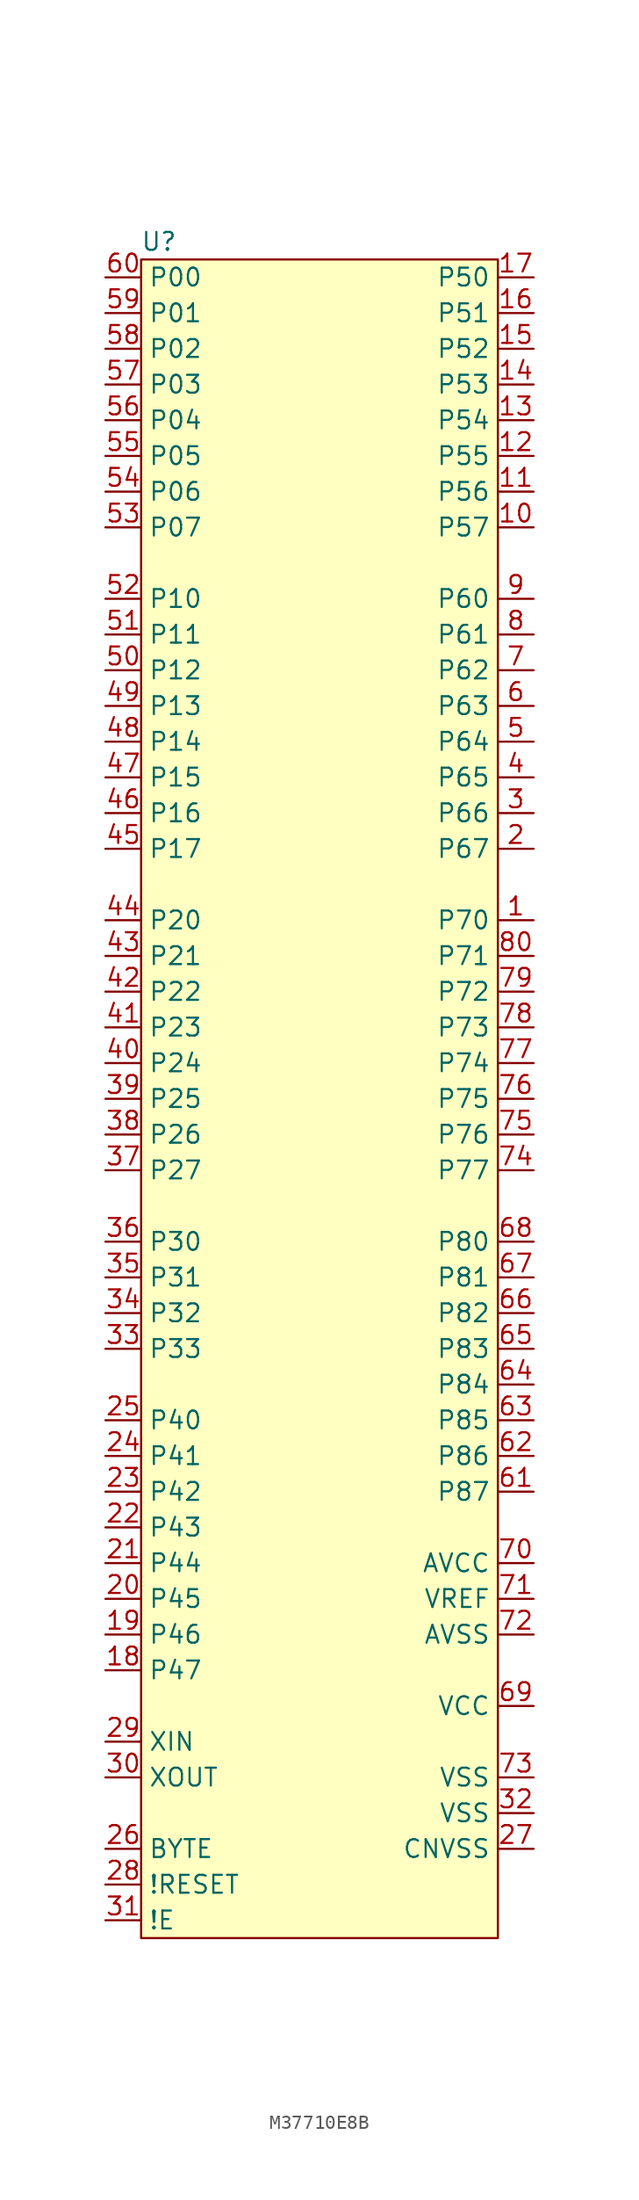
<source format=kicad_sym>
(kicad_symbol_lib
  (version 20220914)
  (generator kicad_symbol_editor)
  (symbol "M37710E8B"
    (property "Reference" "U"
      (at 1.27 2.54 0)
      (effects (font (size 1.27 1.27))))
    (property "Value" ""
      (at 8.89 -5.08 0)
      (effects (font (size 1.27 1.27))))
    (symbol "M37710E8B_1_0"
      (pin bidirectional line (at 27.94 -45.72 180) (length 2.54) (name "P70" (effects (font (size 1.27 1.27)))) (number "1" (effects (font (size 1.27 1.27)))))
      (pin bidirectional line (at 27.94 -17.78 180) (length 2.54) (name "P57" (effects (font (size 1.27 1.27)))) (number "10" (effects (font (size 1.27 1.27)))))
      (pin bidirectional line (at 27.94 -15.24 180) (length 2.54) (name "P56" (effects (font (size 1.27 1.27)))) (number "11" (effects (font (size 1.27 1.27)))))
      (pin bidirectional line (at 27.94 -12.7 180) (length 2.54) (name "P55" (effects (font (size 1.27 1.27)))) (number "12" (effects (font (size 1.27 1.27)))))
      (pin bidirectional line (at 27.94 -10.16 180) (length 2.54) (name "P54" (effects (font (size 1.27 1.27)))) (number "13" (effects (font (size 1.27 1.27)))))
      (pin bidirectional line (at 27.94 -7.62 180) (length 2.54) (name "P53" (effects (font (size 1.27 1.27)))) (number "14" (effects (font (size 1.27 1.27)))))
      (pin bidirectional line (at 27.94 -5.08 180) (length 2.54) (name "P52" (effects (font (size 1.27 1.27)))) (number "15" (effects (font (size 1.27 1.27)))))
      (pin bidirectional line (at 27.94 -2.54 180) (length 2.54) (name "P51" (effects (font (size 1.27 1.27)))) (number "16" (effects (font (size 1.27 1.27)))))
      (pin bidirectional line (at 27.94 0 180) (length 2.54) (name "P50" (effects (font (size 1.27 1.27)))) (number "17" (effects (font (size 1.27 1.27)))))
      (pin bidirectional line (at -2.54 -99.06 0) (length 2.54) (name "P47" (effects (font (size 1.27 1.27)))) (number "18" (effects (font (size 1.27 1.27)))))
      (pin bidirectional line (at -2.54 -96.52 0) (length 2.54) (name "P46" (effects (font (size 1.27 1.27)))) (number "19" (effects (font (size 1.27 1.27)))))
      (pin bidirectional line (at 27.94 -40.64 180) (length 2.54) (name "P67" (effects (font (size 1.27 1.27)))) (number "2" (effects (font (size 1.27 1.27)))))
      (pin bidirectional line (at -2.54 -93.98 0) (length 2.54) (name "P45" (effects (font (size 1.27 1.27)))) (number "20" (effects (font (size 1.27 1.27)))))
      (pin bidirectional line (at -2.54 -91.44 0) (length 2.54) (name "P44" (effects (font (size 1.27 1.27)))) (number "21" (effects (font (size 1.27 1.27)))))
      (pin bidirectional line (at -2.54 -88.9 0) (length 2.54) (name "P43" (effects (font (size 1.27 1.27)))) (number "22" (effects (font (size 1.27 1.27)))))
      (pin bidirectional line (at -2.54 -86.36 0) (length 2.54) (name "P42" (effects (font (size 1.27 1.27)))) (number "23" (effects (font (size 1.27 1.27)))))
      (pin bidirectional line (at -2.54 -83.82 0) (length 2.54) (name "P41" (effects (font (size 1.27 1.27)))) (number "24" (effects (font (size 1.27 1.27)))))
      (pin bidirectional line (at -2.54 -81.28 0) (length 2.54) (name "P40" (effects (font (size 1.27 1.27)))) (number "25" (effects (font (size 1.27 1.27)))))
      (pin bidirectional line (at -2.54 -111.76 0) (length 2.54) (name "BYTE" (effects (font (size 1.27 1.27)))) (number "26" (effects (font (size 1.27 1.27)))))
      (pin bidirectional line (at 27.94 -111.76 180) (length 2.54) (name "CNVSS" (effects (font (size 1.27 1.27)))) (number "27" (effects (font (size 1.27 1.27)))))
      (pin bidirectional line (at -2.54 -114.3 0) (length 2.54) (name "!RESET" (effects (font (size 1.27 1.27)))) (number "28" (effects (font (size 1.27 1.27)))))
      (pin bidirectional line (at -2.54 -104.14 0) (length 2.54) (name "XIN" (effects (font (size 1.27 1.27)))) (number "29" (effects (font (size 1.27 1.27)))))
      (pin bidirectional line (at 27.94 -38.1 180) (length 2.54) (name "P66" (effects (font (size 1.27 1.27)))) (number "3" (effects (font (size 1.27 1.27)))))
      (pin bidirectional line (at -2.54 -106.68 0) (length 2.54) (name "XOUT" (effects (font (size 1.27 1.27)))) (number "30" (effects (font (size 1.27 1.27)))))
      (pin bidirectional line (at -2.54 -116.84 0) (length 2.54) (name "!E" (effects (font (size 1.27 1.27)))) (number "31" (effects (font (size 1.27 1.27)))))
      (pin bidirectional line (at 27.94 -109.22 180) (length 2.54) (name "VSS" (effects (font (size 1.27 1.27)))) (number "32" (effects (font (size 1.27 1.27)))))
      (pin bidirectional line (at 27.94 -35.56 180) (length 2.54) (name "P65" (effects (font (size 1.27 1.27)))) (number "4" (effects (font (size 1.27 1.27)))))
      (pin bidirectional line (at 27.94 -33.02 180) (length 2.54) (name "P64" (effects (font (size 1.27 1.27)))) (number "5" (effects (font (size 1.27 1.27)))))
      (pin bidirectional line (at 27.94 -30.48 180) (length 2.54) (name "P63" (effects (font (size 1.27 1.27)))) (number "6" (effects (font (size 1.27 1.27)))))
      (pin bidirectional line (at 27.94 -86.36 180) (length 2.54) (name "P87" (effects (font (size 1.27 1.27)))) (number "61" (effects (font (size 1.27 1.27)))))
      (pin bidirectional line (at 27.94 -83.82 180) (length 2.54) (name "P86" (effects (font (size 1.27 1.27)))) (number "62" (effects (font (size 1.27 1.27)))))
      (pin bidirectional line (at 27.94 -81.28 180) (length 2.54) (name "P85" (effects (font (size 1.27 1.27)))) (number "63" (effects (font (size 1.27 1.27)))))
      (pin bidirectional line (at 27.94 -78.74 180) (length 2.54) (name "P84" (effects (font (size 1.27 1.27)))) (number "64" (effects (font (size 1.27 1.27)))))
      (pin bidirectional line (at 27.94 -76.2 180) (length 2.54) (name "P83" (effects (font (size 1.27 1.27)))) (number "65" (effects (font (size 1.27 1.27)))))
      (pin bidirectional line (at 27.94 -73.66 180) (length 2.54) (name "P82" (effects (font (size 1.27 1.27)))) (number "66" (effects (font (size 1.27 1.27)))))
      (pin bidirectional line (at 27.94 -71.12 180) (length 2.54) (name "P81" (effects (font (size 1.27 1.27)))) (number "67" (effects (font (size 1.27 1.27)))))
      (pin bidirectional line (at 27.94 -68.58 180) (length 2.54) (name "P80" (effects (font (size 1.27 1.27)))) (number "68" (effects (font (size 1.27 1.27)))))
      (pin bidirectional line (at 27.94 -101.6 180) (length 2.54) (name "VCC" (effects (font (size 1.27 1.27)))) (number "69" (effects (font (size 1.27 1.27)))))
      (pin bidirectional line (at 27.94 -27.94 180) (length 2.54) (name "P62" (effects (font (size 1.27 1.27)))) (number "7" (effects (font (size 1.27 1.27)))))
      (pin bidirectional line (at 27.94 -91.44 180) (length 2.54) (name "AVCC" (effects (font (size 1.27 1.27)))) (number "70" (effects (font (size 1.27 1.27)))))
      (pin bidirectional line (at 27.94 -93.98 180) (length 2.54) (name "VREF" (effects (font (size 1.27 1.27)))) (number "71" (effects (font (size 1.27 1.27)))))
      (pin bidirectional line (at 27.94 -96.52 180) (length 2.54) (name "AVSS" (effects (font (size 1.27 1.27)))) (number "72" (effects (font (size 1.27 1.27)))))
      (pin bidirectional line (at 27.94 -106.68 180) (length 2.54) (name "VSS" (effects (font (size 1.27 1.27)))) (number "73" (effects (font (size 1.27 1.27)))))
      (pin bidirectional line (at 27.94 -63.5 180) (length 2.54) (name "P77" (effects (font (size 1.27 1.27)))) (number "74" (effects (font (size 1.27 1.27)))))
      (pin bidirectional line (at 27.94 -60.96 180) (length 2.54) (name "P76" (effects (font (size 1.27 1.27)))) (number "75" (effects (font (size 1.27 1.27)))))
      (pin bidirectional line (at 27.94 -58.42 180) (length 2.54) (name "P75" (effects (font (size 1.27 1.27)))) (number "76" (effects (font (size 1.27 1.27)))))
      (pin bidirectional line (at 27.94 -55.88 180) (length 2.54) (name "P74" (effects (font (size 1.27 1.27)))) (number "77" (effects (font (size 1.27 1.27)))))
      (pin bidirectional line (at 27.94 -53.34 180) (length 2.54) (name "P73" (effects (font (size 1.27 1.27)))) (number "78" (effects (font (size 1.27 1.27)))))
      (pin bidirectional line (at 27.94 -50.8 180) (length 2.54) (name "P72" (effects (font (size 1.27 1.27)))) (number "79" (effects (font (size 1.27 1.27)))))
      (pin bidirectional line (at 27.94 -25.4 180) (length 2.54) (name "P61" (effects (font (size 1.27 1.27)))) (number "8" (effects (font (size 1.27 1.27)))))
      (pin bidirectional line (at 27.94 -48.26 180) (length 2.54) (name "P71" (effects (font (size 1.27 1.27)))) (number "80" (effects (font (size 1.27 1.27)))))
      (pin bidirectional line (at 27.94 -22.86 180) (length 2.54) (name "P60" (effects (font (size 1.27 1.27)))) (number "9" (effects (font (size 1.27 1.27))))))
    (symbol "M37710E8B_1_1"
      (rectangle (start 0 1.27) (end 25.4 -118.11) (stroke (width 0) (type default)) (fill (type background)))
      (pin bidirectional line (at -2.54 -76.2 0) (length 2.54) (name "P33" (effects (font (size 1.27 1.27)))) (number "33" (effects (font (size 1.27 1.27)))))
      (pin bidirectional line (at -2.54 -73.66 0) (length 2.54) (name "P32" (effects (font (size 1.27 1.27)))) (number "34" (effects (font (size 1.27 1.27)))))
      (pin bidirectional line (at -2.54 -71.12 0) (length 2.54) (name "P31" (effects (font (size 1.27 1.27)))) (number "35" (effects (font (size 1.27 1.27)))))
      (pin bidirectional line (at -2.54 -68.58 0) (length 2.54) (name "P30" (effects (font (size 1.27 1.27)))) (number "36" (effects (font (size 1.27 1.27)))))
      (pin bidirectional line (at -2.54 -63.5 0) (length 2.54) (name "P27" (effects (font (size 1.27 1.27)))) (number "37" (effects (font (size 1.27 1.27)))))
      (pin bidirectional line (at -2.54 -60.96 0) (length 2.54) (name "P26" (effects (font (size 1.27 1.27)))) (number "38" (effects (font (size 1.27 1.27)))))
      (pin bidirectional line (at -2.54 -58.42 0) (length 2.54) (name "P25" (effects (font (size 1.27 1.27)))) (number "39" (effects (font (size 1.27 1.27)))))
      (pin bidirectional line (at -2.54 -55.88 0) (length 2.54) (name "P24" (effects (font (size 1.27 1.27)))) (number "40" (effects (font (size 1.27 1.27)))))
      (pin bidirectional line (at -2.54 -53.34 0) (length 2.54) (name "P23" (effects (font (size 1.27 1.27)))) (number "41" (effects (font (size 1.27 1.27)))))
      (pin bidirectional line (at -2.54 -50.8 0) (length 2.54) (name "P22" (effects (font (size 1.27 1.27)))) (number "42" (effects (font (size 1.27 1.27)))))
      (pin bidirectional line (at -2.54 -48.26 0) (length 2.54) (name "P21" (effects (font (size 1.27 1.27)))) (number "43" (effects (font (size 1.27 1.27)))))
      (pin bidirectional line (at -2.54 -45.72 0) (length 2.54) (name "P20" (effects (font (size 1.27 1.27)))) (number "44" (effects (font (size 1.27 1.27)))))
      (pin bidirectional line (at -2.54 -40.64 0) (length 2.54) (name "P17" (effects (font (size 1.27 1.27)))) (number "45" (effects (font (size 1.27 1.27)))))
      (pin bidirectional line (at -2.54 -38.1 0) (length 2.54) (name "P16" (effects (font (size 1.27 1.27)))) (number "46" (effects (font (size 1.27 1.27)))))
      (pin bidirectional line (at -2.54 -35.56 0) (length 2.54) (name "P15" (effects (font (size 1.27 1.27)))) (number "47" (effects (font (size 1.27 1.27)))))
      (pin bidirectional line (at -2.54 -33.02 0) (length 2.54) (name "P14" (effects (font (size 1.27 1.27)))) (number "48" (effects (font (size 1.27 1.27)))))
      (pin bidirectional line (at -2.54 -30.48 0) (length 2.54) (name "P13" (effects (font (size 1.27 1.27)))) (number "49" (effects (font (size 1.27 1.27)))))
      (pin bidirectional line (at -2.54 -27.94 0) (length 2.54) (name "P12" (effects (font (size 1.27 1.27)))) (number "50" (effects (font (size 1.27 1.27)))))
      (pin bidirectional line (at -2.54 -25.4 0) (length 2.54) (name "P11" (effects (font (size 1.27 1.27)))) (number "51" (effects (font (size 1.27 1.27)))))
      (pin bidirectional line (at -2.54 -22.86 0) (length 2.54) (name "P10" (effects (font (size 1.27 1.27)))) (number "52" (effects (font (size 1.27 1.27)))))
      (pin bidirectional line (at -2.54 -17.78 0) (length 2.54) (name "P07" (effects (font (size 1.27 1.27)))) (number "53" (effects (font (size 1.27 1.27)))))
      (pin bidirectional line (at -2.54 -15.24 0) (length 2.54) (name "P06" (effects (font (size 1.27 1.27)))) (number "54" (effects (font (size 1.27 1.27)))))
      (pin bidirectional line (at -2.54 -12.7 0) (length 2.54) (name "P05" (effects (font (size 1.27 1.27)))) (number "55" (effects (font (size 1.27 1.27)))))
      (pin bidirectional line (at -2.54 -10.16 0) (length 2.54) (name "P04" (effects (font (size 1.27 1.27)))) (number "56" (effects (font (size 1.27 1.27)))))
      (pin bidirectional line (at -2.54 -7.62 0) (length 2.54) (name "P03" (effects (font (size 1.27 1.27)))) (number "57" (effects (font (size 1.27 1.27)))))
      (pin bidirectional line (at -2.54 -5.08 0) (length 2.54) (name "P02" (effects (font (size 1.27 1.27)))) (number "58" (effects (font (size 1.27 1.27)))))
      (pin bidirectional line (at -2.54 -2.54 0) (length 2.54) (name "P01" (effects (font (size 1.27 1.27)))) (number "59" (effects (font (size 1.27 1.27)))))
      (pin bidirectional line (at -2.54 0 0) (length 2.54) (name "P00" (effects (font (size 1.27 1.27)))) (number "60" (effects (font (size 1.27 1.27))))))))
</source>
